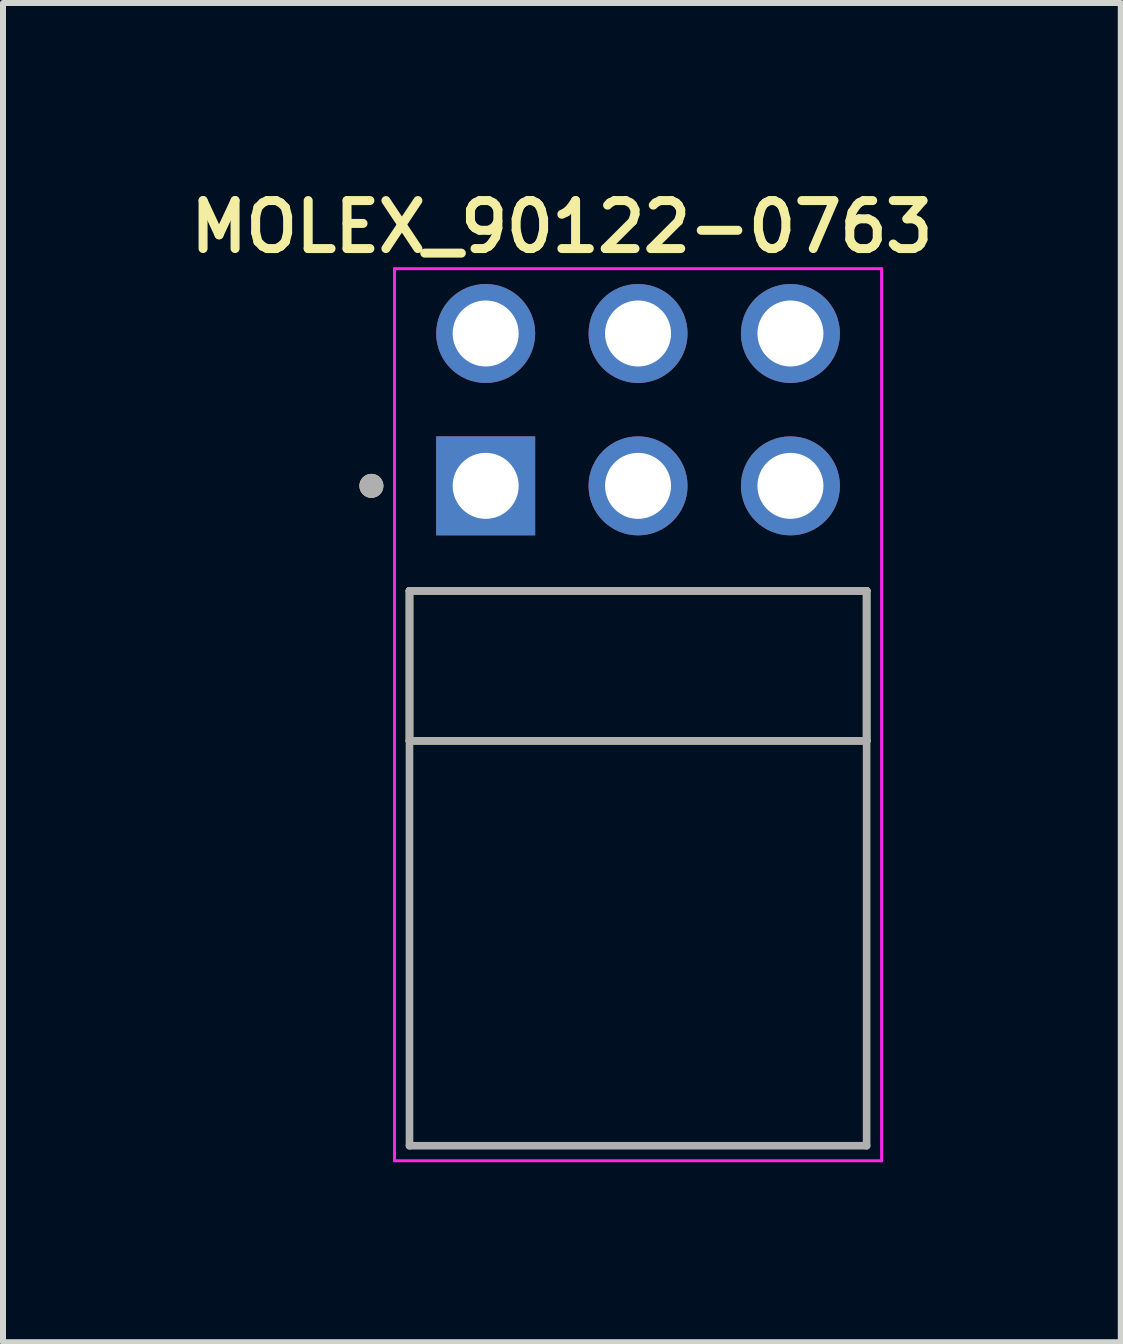
<source format=kicad_pcb>
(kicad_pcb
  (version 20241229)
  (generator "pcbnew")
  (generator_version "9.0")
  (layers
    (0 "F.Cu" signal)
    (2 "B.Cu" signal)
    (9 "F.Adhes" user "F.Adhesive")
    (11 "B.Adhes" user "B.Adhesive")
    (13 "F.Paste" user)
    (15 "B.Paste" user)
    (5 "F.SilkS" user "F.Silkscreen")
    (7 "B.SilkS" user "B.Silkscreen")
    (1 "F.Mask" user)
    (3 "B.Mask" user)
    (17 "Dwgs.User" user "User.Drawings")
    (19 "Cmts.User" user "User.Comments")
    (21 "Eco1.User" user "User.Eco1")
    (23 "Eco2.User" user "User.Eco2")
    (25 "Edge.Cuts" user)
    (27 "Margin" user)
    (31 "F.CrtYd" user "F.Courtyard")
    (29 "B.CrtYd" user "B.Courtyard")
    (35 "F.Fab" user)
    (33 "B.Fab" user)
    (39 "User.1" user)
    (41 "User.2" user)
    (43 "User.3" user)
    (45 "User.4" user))
  (footprint "MOLEX_90122-0763"
    (layer "F.Cu")
    (at 7.586 3.779)
    (property "Reference" "MOLEX_90122-0763" (at -1.27 -3.048 0) (layer "F.SilkS") (effects (font (size 0.8 0.8) (thickness 0.15))))
    (attr through_hole)
    (fp_line (start -3.81 3.02) (end -3.81 5.52) (stroke (width 0.127) (type solid)) (layer "F.SilkS"))
    (fp_line (start -3.81 5.52) (end 3.81 5.52) (stroke (width 0.127) (type solid)) (layer "F.SilkS"))
    (fp_line (start 3.81 3.02) (end -3.81 3.02) (stroke (width 0.127) (type solid)) (layer "F.SilkS"))
    (fp_line (start 3.81 5.52) (end 3.81 3.02) (stroke (width 0.127) (type solid)) (layer "F.SilkS"))
    (fp_circle (center -4.445 1.27) (end -4.345 1.27) (stroke (width 0.2) (type solid)) (fill no) (layer "F.SilkS"))
    (fp_line (start -4.06 -2.35) (end -4.06 12.52) (stroke (width 0.05) (type solid)) (layer "F.CrtYd"))
    (fp_line (start -4.06 12.52) (end 4.06 12.52) (stroke (width 0.05) (type solid)) (layer "F.CrtYd"))
    (fp_line (start 4.06 -2.35) (end -4.06 -2.35) (stroke (width 0.05) (type solid)) (layer "F.CrtYd"))
    (fp_line (start 4.06 12.52) (end 4.06 -2.35) (stroke (width 0.05) (type solid)) (layer "F.CrtYd"))
    (fp_line (start -3.81 3.02) (end -3.81 5.52) (stroke (width 0.127) (type solid)) (layer "F.Fab"))
    (fp_line (start -3.81 5.52) (end -3.81 12.27) (stroke (width 0.127) (type solid)) (layer "F.Fab"))
    (fp_line (start -3.81 5.52) (end 3.81 5.52) (stroke (width 0.127) (type solid)) (layer "F.Fab"))
    (fp_line (start -3.81 12.27) (end 3.81 12.27) (stroke (width 0.127) (type solid)) (layer "F.Fab"))
    (fp_line (start 3.81 3.02) (end -3.81 3.02) (stroke (width 0.127) (type solid)) (layer "F.Fab"))
    (fp_line (start 3.81 5.52) (end 3.81 3.02) (stroke (width 0.127) (type solid)) (layer "F.Fab"))
    (fp_line (start 3.81 12.27) (end 3.81 5.52) (stroke (width 0.127) (type solid)) (layer "F.Fab"))
    (fp_circle (center -4.445 1.27) (end -4.345 1.27) (stroke (width 0.2) (type solid)) (fill no) (layer "F.Fab"))
    (pad "1" thru_hole rect (at -2.54 1.27) (size 1.65 1.65) (drill 1.1) (layers "*.Cu" "*.Mask"))
    (pad "2" thru_hole circle (at -2.54 -1.27) (size 1.65 1.65) (drill 1.1) (layers "*.Cu" "*.Mask"))
    (pad "3" thru_hole circle (at 0 1.27) (size 1.65 1.65) (drill 1.1) (layers "*.Cu" "*.Mask"))
    (pad "4" thru_hole circle (at 0 -1.27) (size 1.65 1.65) (drill 1.1) (layers "*.Cu" "*.Mask"))
    (pad "5" thru_hole circle (at 2.54 1.27) (size 1.65 1.65) (drill 1.1) (layers "*.Cu" "*.Mask"))
    (pad "6" thru_hole circle (at 2.54 -1.27) (size 1.65 1.65) (drill 1.1) (layers "*.Cu" "*.Mask")))
  (gr_rect
    (start -3 -3)
    (end 15.633 19.324)
    (stroke (width 0.1) (type default))
    (fill no)
    (layer "Edge.Cuts")))
</source>
